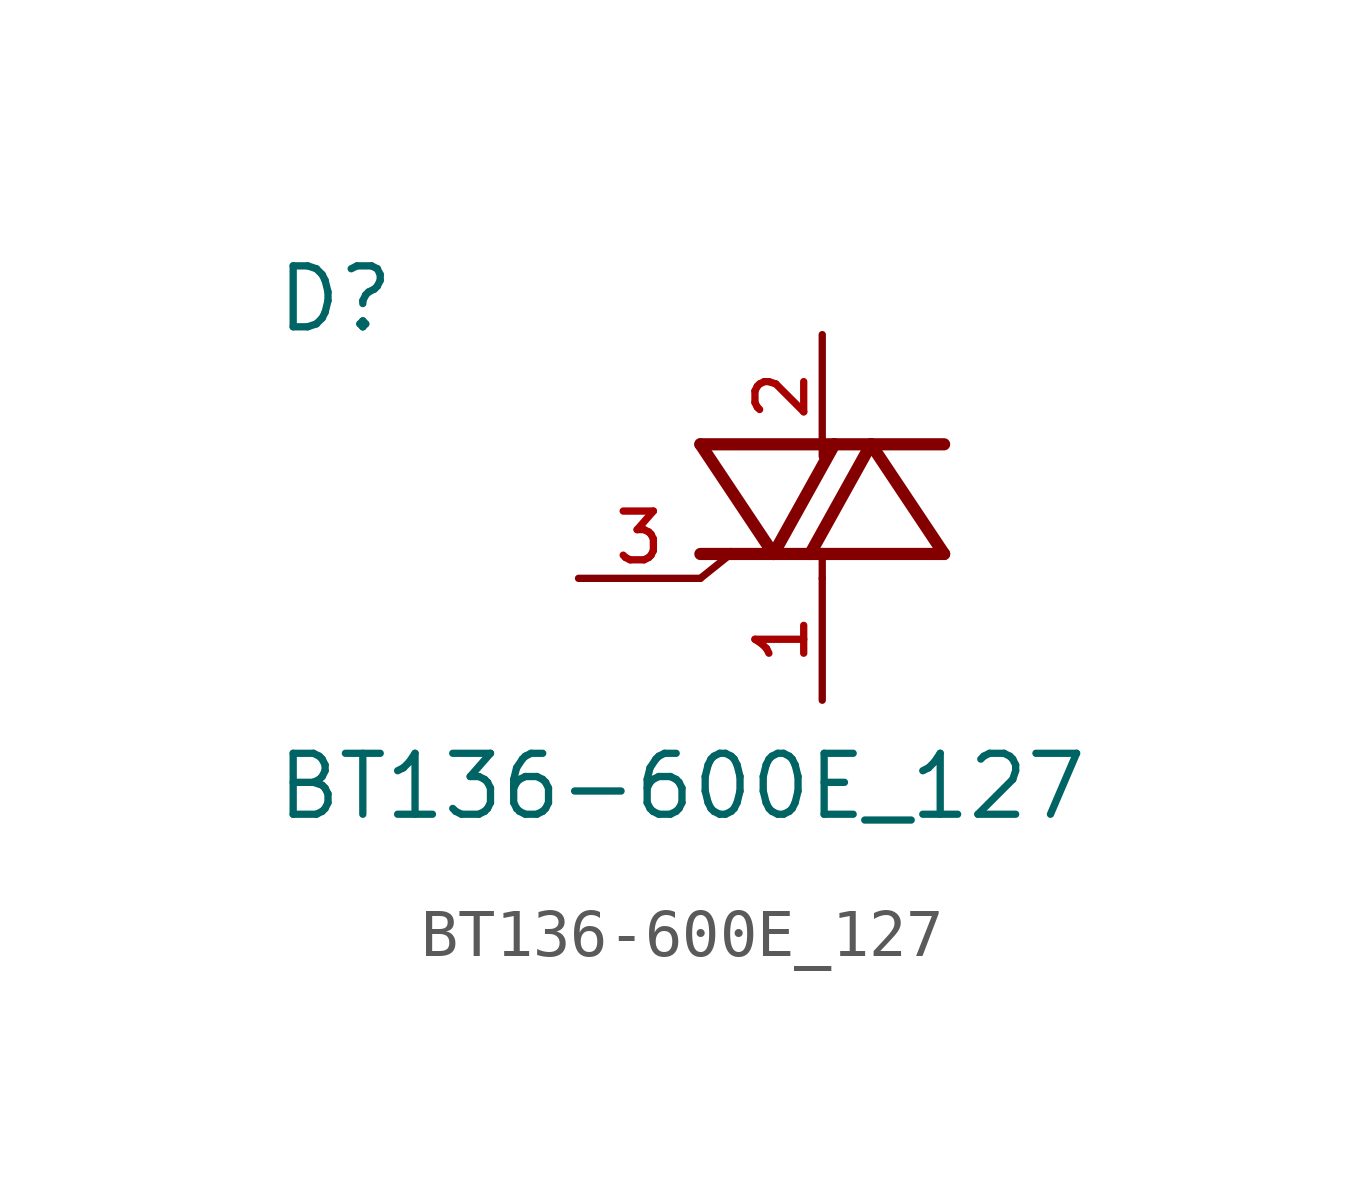
<source format=kicad_sym>
(kicad_symbol_lib
  (version 20211014)
  (generator kicad_symbol_editor)
  (symbol "BT136-600E_127"
    (pin_names
      (offset 1.016))
    (property "Reference" "D"
      (at -11.43 5.08 0)
      (effects (font (size 1.27 1.27)) (justify bottom left)))
    (property "Value" "BT136-600E_127"
      (at -11.43 -5.08 0)
      (effects (font (size 1.27 1.27)) (justify bottom left)))
    (symbol "BT136-600E_127_0_0"
      (polyline (pts (xy -2.54 2.794) (xy -1.016 0.508)) (stroke (width 0.254)))
      (polyline (pts (xy -1.016 0.508) (xy 0.254 2.794)) (stroke (width 0.254)))
      (polyline (pts (xy 0.254 2.794) (xy -2.54 2.794)) (stroke (width 0.254)))
      (polyline (pts (xy 1.016 2.794) (xy 0.254 2.794)) (stroke (width 0.254)))
      (polyline (pts (xy -0.254 0.508) (xy 1.016 2.794)) (stroke (width 0.254)))
      (polyline (pts (xy 1.016 2.794) (xy 2.54 0.508)) (stroke (width 0.254)))
      (polyline (pts (xy 2.54 0.508) (xy 0.0 0.508)) (stroke (width 0.254)))
      (polyline (pts (xy 0.0 0.508) (xy -0.254 0.508)) (stroke (width 0.254)))
      (polyline (pts (xy 1.016 2.794) (xy 2.54 2.794)) (stroke (width 0.254)))
      (polyline (pts (xy -1.905 0.508) (xy -2.54 0.0)) (stroke (width 0.152)))
      (polyline (pts (xy -1.016 0.508) (xy -1.905 0.508)) (stroke (width 0.254)))
      (polyline (pts (xy -1.905 0.508) (xy -2.54 0.508)) (stroke (width 0.254)))
      (polyline (pts (xy -1.016 0.508) (xy -0.254 0.508)) (stroke (width 0.254)))
      (polyline (pts (xy 0.0 0.0) (xy 0.0 0.508)) (stroke (width 0.152)))
      (pin passive line (at 0.0 5.08 270.0) (length 2.54) (name "~" (effects (font (size 1.016 1.016)))) (number "2" (effects (font (size 1.016 1.016)))))
      (pin passive line (at 0.0 -2.54 90.0) (length 2.54) (name "~" (effects (font (size 1.016 1.016)))) (number "1" (effects (font (size 1.016 1.016)))))
      (pin passive line (at -5.08 0.0 0) (length 2.54) (name "~" (effects (font (size 1.016 1.016)))) (number "3" (effects (font (size 1.016 1.016))))))))
</source>
